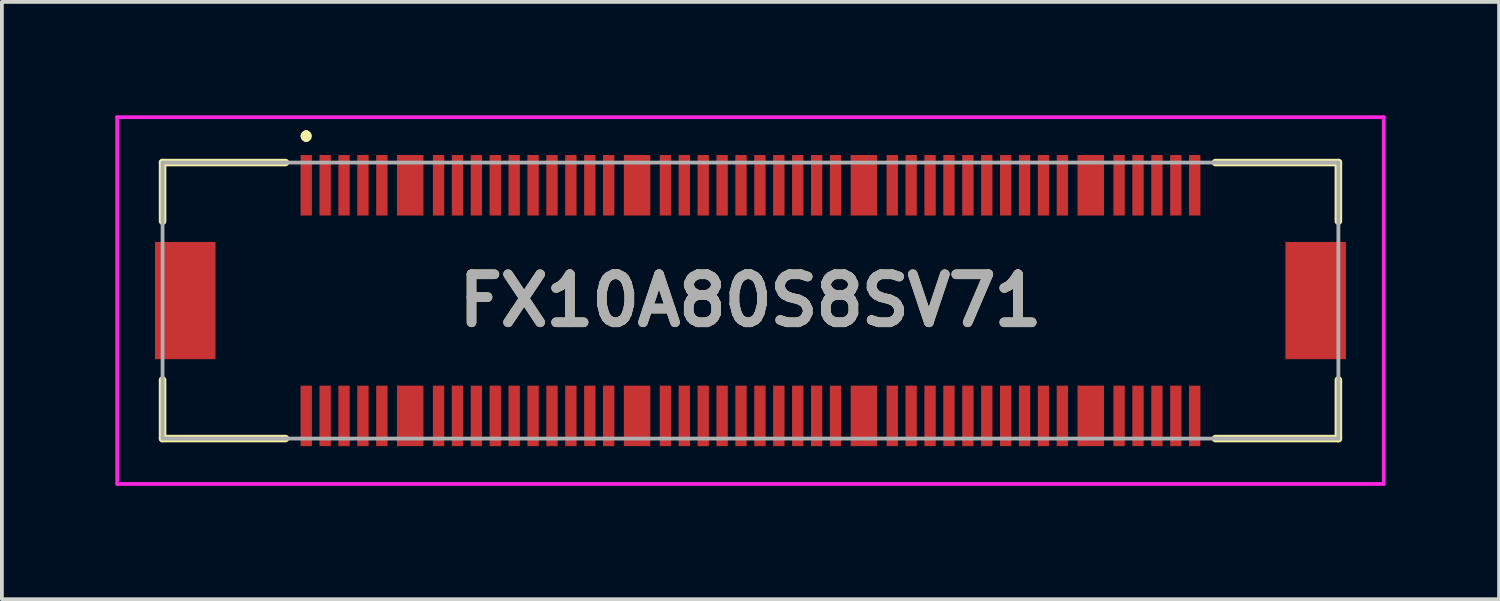
<source format=kicad_pcb>
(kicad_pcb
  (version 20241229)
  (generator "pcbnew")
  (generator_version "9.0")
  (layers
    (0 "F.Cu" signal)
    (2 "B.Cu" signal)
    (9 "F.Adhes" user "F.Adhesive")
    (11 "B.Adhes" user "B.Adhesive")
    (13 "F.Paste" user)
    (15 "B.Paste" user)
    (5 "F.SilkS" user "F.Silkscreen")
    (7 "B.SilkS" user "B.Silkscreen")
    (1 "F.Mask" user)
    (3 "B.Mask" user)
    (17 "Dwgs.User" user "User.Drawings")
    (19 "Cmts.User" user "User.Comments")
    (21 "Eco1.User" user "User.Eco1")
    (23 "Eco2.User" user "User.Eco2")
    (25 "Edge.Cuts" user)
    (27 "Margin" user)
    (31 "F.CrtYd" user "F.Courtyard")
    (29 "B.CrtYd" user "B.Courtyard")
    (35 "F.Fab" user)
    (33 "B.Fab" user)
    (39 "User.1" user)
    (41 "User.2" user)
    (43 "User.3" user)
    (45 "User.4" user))
  (footprint "FX10A80S8SV71"
    (layer "F.Cu")
    (at 16.8 4.9)
    (property "Reference" "FX10A80S8SV71" (at 0 0 0) (layer "F.SilkS") (effects (font (size 1.27 1.27) (thickness 0.254))))
    (attr through_hole)
    (fp_line (start -15.55 -3.65) (end -15.55 -2.1) (stroke (width 0.2) (type solid)) (layer "F.SilkS"))
    (fp_line (start -15.55 2.1) (end -15.55 3.65) (stroke (width 0.2) (type solid)) (layer "F.SilkS"))
    (fp_line (start -15.55 3.65) (end -12.3 3.65) (stroke (width 0.2) (type solid)) (layer "F.SilkS"))
    (fp_line (start -12.3 -3.65) (end -15.55 -3.65) (stroke (width 0.2) (type solid)) (layer "F.SilkS"))
    (fp_line (start -11.75 -4.4) (end -11.75 -4.4) (stroke (width 0.2) (type solid)) (layer "F.SilkS"))
    (fp_line (start -11.75 -4.4) (end -11.75 -4.4) (stroke (width 0.2) (type solid)) (layer "F.SilkS"))
    (fp_line (start -11.75 -4.3) (end -11.75 -4.3) (stroke (width 0.2) (type solid)) (layer "F.SilkS"))
    (fp_line (start 12.3 3.65) (end 15.55 3.65) (stroke (width 0.2) (type solid)) (layer "F.SilkS"))
    (fp_line (start 15.55 -3.65) (end 12.3 -3.65) (stroke (width 0.2) (type solid)) (layer "F.SilkS"))
    (fp_line (start 15.55 -2.1) (end 15.55 -3.65) (stroke (width 0.2) (type solid)) (layer "F.SilkS"))
    (fp_line (start 15.55 3.65) (end 15.55 2.1) (stroke (width 0.2) (type solid)) (layer "F.SilkS"))
    (fp_arc (start -11.75 -4.4) (mid -11.7 -4.35) (end -11.75 -4.3) (stroke (width 0.2) (type solid)) (layer "F.SilkS"))
    (fp_arc (start -11.75 -4.3) (mid -11.8 -4.35) (end -11.75 -4.4) (stroke (width 0.2) (type solid)) (layer "F.SilkS"))
    (fp_arc (start -11.75 -4.3) (mid -11.8 -4.35) (end -11.75 -4.4) (stroke (width 0.2) (type solid)) (layer "F.SilkS"))
    (fp_line (start -16.75 -4.85) (end 16.75 -4.85) (stroke (width 0.1) (type solid)) (layer "F.CrtYd"))
    (fp_line (start -16.75 4.85) (end -16.75 -4.85) (stroke (width 0.1) (type solid)) (layer "F.CrtYd"))
    (fp_line (start 16.75 -4.85) (end 16.75 4.85) (stroke (width 0.1) (type solid)) (layer "F.CrtYd"))
    (fp_line (start 16.75 4.85) (end -16.75 4.85) (stroke (width 0.1) (type solid)) (layer "F.CrtYd"))
    (fp_line (start -15.55 -3.65) (end -15.55 3.65) (stroke (width 0.1) (type solid)) (layer "F.Fab"))
    (fp_line (start -15.55 3.65) (end 15.55 3.65) (stroke (width 0.1) (type solid)) (layer "F.Fab"))
    (fp_line (start 15.55 -3.65) (end -15.55 -3.65) (stroke (width 0.1) (type solid)) (layer "F.Fab"))
    (fp_line (start 15.55 3.65) (end 15.55 -3.65) (stroke (width 0.1) (type solid)) (layer "F.Fab"))
    (fp_text user "${REFERENCE}" (at 0 0 0) (layer "F.Fab") (effects (font (size 1.27 1.27) (thickness 0.254))))
    (pad "" np_thru_hole circle (at -13.2 0) (size 0.001 0.001) (drill 1.1) (layers "*.Cu" "*.Mask"))
    (pad "" np_thru_hole circle (at 13.2 0) (size 0.001 0.001) (drill 1.2) (layers "*.Cu" "*.Mask"))
    (pad "1" smd rect (at -11.75 -3.05) (size 0.3 1.6) (layers "F.Cu" "F.Mask" "F.Paste"))
    (pad "2" smd rect (at -11.75 3.05) (size 0.3 1.6) (layers "F.Cu" "F.Mask" "F.Paste"))
    (pad "3" smd rect (at -11.25 -3.05) (size 0.3 1.6) (layers "F.Cu" "F.Mask" "F.Paste"))
    (pad "4" smd rect (at -11.25 3.05) (size 0.3 1.6) (layers "F.Cu" "F.Mask" "F.Paste"))
    (pad "5" smd rect (at -10.75 -3.05) (size 0.3 1.6) (layers "F.Cu" "F.Mask" "F.Paste"))
    (pad "6" smd rect (at -10.75 3.05) (size 0.3 1.6) (layers "F.Cu" "F.Mask" "F.Paste"))
    (pad "7" smd rect (at -10.25 -3.05) (size 0.3 1.6) (layers "F.Cu" "F.Mask" "F.Paste"))
    (pad "8" smd rect (at -10.25 3.05) (size 0.3 1.6) (layers "F.Cu" "F.Mask" "F.Paste"))
    (pad "9" smd rect (at -9.75 -3.05) (size 0.3 1.6) (layers "F.Cu" "F.Mask" "F.Paste"))
    (pad "10" smd rect (at -9.75 3.05) (size 0.3 1.6) (layers "F.Cu" "F.Mask" "F.Paste"))
    (pad "11" smd rect (at -8.25 -3.05) (size 0.3 1.6) (layers "F.Cu" "F.Mask" "F.Paste"))
    (pad "12" smd rect (at -8.25 3.05) (size 0.3 1.6) (layers "F.Cu" "F.Mask" "F.Paste"))
    (pad "13" smd rect (at -7.75 -3.05) (size 0.3 1.6) (layers "F.Cu" "F.Mask" "F.Paste"))
    (pad "14" smd rect (at -7.75 3.05) (size 0.3 1.6) (layers "F.Cu" "F.Mask" "F.Paste"))
    (pad "15" smd rect (at -7.25 -3.05) (size 0.3 1.6) (layers "F.Cu" "F.Mask" "F.Paste"))
    (pad "16" smd rect (at -7.25 3.05) (size 0.3 1.6) (layers "F.Cu" "F.Mask" "F.Paste"))
    (pad "17" smd rect (at -6.75 -3.05) (size 0.3 1.6) (layers "F.Cu" "F.Mask" "F.Paste"))
    (pad "18" smd rect (at -6.75 3.05) (size 0.3 1.6) (layers "F.Cu" "F.Mask" "F.Paste"))
    (pad "19" smd rect (at -6.25 -3.05) (size 0.3 1.6) (layers "F.Cu" "F.Mask" "F.Paste"))
    (pad "20" smd rect (at -6.25 3.05) (size 0.3 1.6) (layers "F.Cu" "F.Mask" "F.Paste"))
    (pad "21" smd rect (at -5.75 -3.05) (size 0.3 1.6) (layers "F.Cu" "F.Mask" "F.Paste"))
    (pad "22" smd rect (at -5.75 3.05) (size 0.3 1.6) (layers "F.Cu" "F.Mask" "F.Paste"))
    (pad "23" smd rect (at -5.25 -3.05) (size 0.3 1.6) (layers "F.Cu" "F.Mask" "F.Paste"))
    (pad "24" smd rect (at -5.25 3.05) (size 0.3 1.6) (layers "F.Cu" "F.Mask" "F.Paste"))
    (pad "25" smd rect (at -4.75 -3.05) (size 0.3 1.6) (layers "F.Cu" "F.Mask" "F.Paste"))
    (pad "26" smd rect (at -4.75 3.05) (size 0.3 1.6) (layers "F.Cu" "F.Mask" "F.Paste"))
    (pad "27" smd rect (at -4.25 -3.05) (size 0.3 1.6) (layers "F.Cu" "F.Mask" "F.Paste"))
    (pad "28" smd rect (at -4.25 3.05) (size 0.3 1.6) (layers "F.Cu" "F.Mask" "F.Paste"))
    (pad "29" smd rect (at -3.75 -3.05) (size 0.3 1.6) (layers "F.Cu" "F.Mask" "F.Paste"))
    (pad "30" smd rect (at -3.75 3.05) (size 0.3 1.6) (layers "F.Cu" "F.Mask" "F.Paste"))
    (pad "31" smd rect (at -2.25 -3.05) (size 0.3 1.6) (layers "F.Cu" "F.Mask" "F.Paste"))
    (pad "32" smd rect (at -2.25 3.05) (size 0.3 1.6) (layers "F.Cu" "F.Mask" "F.Paste"))
    (pad "33" smd rect (at -1.75 -3.05) (size 0.3 1.6) (layers "F.Cu" "F.Mask" "F.Paste"))
    (pad "34" smd rect (at -1.75 3.05) (size 0.3 1.6) (layers "F.Cu" "F.Mask" "F.Paste"))
    (pad "35" smd rect (at -1.25 -3.05) (size 0.3 1.6) (layers "F.Cu" "F.Mask" "F.Paste"))
    (pad "36" smd rect (at -1.25 3.05) (size 0.3 1.6) (layers "F.Cu" "F.Mask" "F.Paste"))
    (pad "37" smd rect (at -0.75 -3.05) (size 0.3 1.6) (layers "F.Cu" "F.Mask" "F.Paste"))
    (pad "38" smd rect (at -0.75 3.05) (size 0.3 1.6) (layers "F.Cu" "F.Mask" "F.Paste"))
    (pad "39" smd rect (at -0.25 -3.05) (size 0.3 1.6) (layers "F.Cu" "F.Mask" "F.Paste"))
    (pad "40" smd rect (at -0.25 3.05) (size 0.3 1.6) (layers "F.Cu" "F.Mask" "F.Paste"))
    (pad "41" smd rect (at 0.25 -3.05) (size 0.3 1.6) (layers "F.Cu" "F.Mask" "F.Paste"))
    (pad "42" smd rect (at 0.25 3.05) (size 0.3 1.6) (layers "F.Cu" "F.Mask" "F.Paste"))
    (pad "43" smd rect (at 0.75 -3.05) (size 0.3 1.6) (layers "F.Cu" "F.Mask" "F.Paste"))
    (pad "44" smd rect (at 0.75 3.05) (size 0.3 1.6) (layers "F.Cu" "F.Mask" "F.Paste"))
    (pad "45" smd rect (at 1.25 -3.05) (size 0.3 1.6) (layers "F.Cu" "F.Mask" "F.Paste"))
    (pad "46" smd rect (at 1.25 3.05) (size 0.3 1.6) (layers "F.Cu" "F.Mask" "F.Paste"))
    (pad "47" smd rect (at 1.75 -3.05) (size 0.3 1.6) (layers "F.Cu" "F.Mask" "F.Paste"))
    (pad "48" smd rect (at 1.75 3.05) (size 0.3 1.6) (layers "F.Cu" "F.Mask" "F.Paste"))
    (pad "49" smd rect (at 2.25 -3.05) (size 0.3 1.6) (layers "F.Cu" "F.Mask" "F.Paste"))
    (pad "50" smd rect (at 2.25 3.05) (size 0.3 1.6) (layers "F.Cu" "F.Mask" "F.Paste"))
    (pad "51" smd rect (at 3.75 -3.05) (size 0.3 1.6) (layers "F.Cu" "F.Mask" "F.Paste"))
    (pad "52" smd rect (at 3.75 3.05) (size 0.3 1.6) (layers "F.Cu" "F.Mask" "F.Paste"))
    (pad "53" smd rect (at 4.25 -3.05) (size 0.3 1.6) (layers "F.Cu" "F.Mask" "F.Paste"))
    (pad "54" smd rect (at 4.25 3.05) (size 0.3 1.6) (layers "F.Cu" "F.Mask" "F.Paste"))
    (pad "55" smd rect (at 4.75 -3.05) (size 0.3 1.6) (layers "F.Cu" "F.Mask" "F.Paste"))
    (pad "56" smd rect (at 4.75 3.05) (size 0.3 1.6) (layers "F.Cu" "F.Mask" "F.Paste"))
    (pad "57" smd rect (at 5.25 -3.05) (size 0.3 1.6) (layers "F.Cu" "F.Mask" "F.Paste"))
    (pad "58" smd rect (at 5.25 3.05) (size 0.3 1.6) (layers "F.Cu" "F.Mask" "F.Paste"))
    (pad "59" smd rect (at 5.75 -3.05) (size 0.3 1.6) (layers "F.Cu" "F.Mask" "F.Paste"))
    (pad "60" smd rect (at 5.75 3.05) (size 0.3 1.6) (layers "F.Cu" "F.Mask" "F.Paste"))
    (pad "61" smd rect (at 6.25 -3.05) (size 0.3 1.6) (layers "F.Cu" "F.Mask" "F.Paste"))
    (pad "62" smd rect (at 6.25 3.05) (size 0.3 1.6) (layers "F.Cu" "F.Mask" "F.Paste"))
    (pad "63" smd rect (at 6.75 -3.05) (size 0.3 1.6) (layers "F.Cu" "F.Mask" "F.Paste"))
    (pad "64" smd rect (at 6.75 3.05) (size 0.3 1.6) (layers "F.Cu" "F.Mask" "F.Paste"))
    (pad "65" smd rect (at 7.25 -3.05) (size 0.3 1.6) (layers "F.Cu" "F.Mask" "F.Paste"))
    (pad "66" smd rect (at 7.25 3.05) (size 0.3 1.6) (layers "F.Cu" "F.Mask" "F.Paste"))
    (pad "67" smd rect (at 7.75 -3.05) (size 0.3 1.6) (layers "F.Cu" "F.Mask" "F.Paste"))
    (pad "68" smd rect (at 7.75 3.05) (size 0.3 1.6) (layers "F.Cu" "F.Mask" "F.Paste"))
    (pad "69" smd rect (at 8.25 -3.05) (size 0.3 1.6) (layers "F.Cu" "F.Mask" "F.Paste"))
    (pad "70" smd rect (at 8.25 3.05) (size 0.3 1.6) (layers "F.Cu" "F.Mask" "F.Paste"))
    (pad "71" smd rect (at 9.75 -3.05) (size 0.3 1.6) (layers "F.Cu" "F.Mask" "F.Paste"))
    (pad "72" smd rect (at 9.75 3.05) (size 0.3 1.6) (layers "F.Cu" "F.Mask" "F.Paste"))
    (pad "73" smd rect (at 10.25 -3.05) (size 0.3 1.6) (layers "F.Cu" "F.Mask" "F.Paste"))
    (pad "74" smd rect (at 10.25 3.05) (size 0.3 1.6) (layers "F.Cu" "F.Mask" "F.Paste"))
    (pad "75" smd rect (at 10.75 -3.05) (size 0.3 1.6) (layers "F.Cu" "F.Mask" "F.Paste"))
    (pad "76" smd rect (at 10.75 3.05) (size 0.3 1.6) (layers "F.Cu" "F.Mask" "F.Paste"))
    (pad "77" smd rect (at 11.25 -3.05) (size 0.3 1.6) (layers "F.Cu" "F.Mask" "F.Paste"))
    (pad "78" smd rect (at 11.25 3.05) (size 0.3 1.6) (layers "F.Cu" "F.Mask" "F.Paste"))
    (pad "79" smd rect (at 11.75 -3.05) (size 0.3 1.6) (layers "F.Cu" "F.Mask" "F.Paste"))
    (pad "80" smd rect (at 11.75 3.05) (size 0.3 1.6) (layers "F.Cu" "F.Mask" "F.Paste"))
    (pad "G1" smd rect (at -14.95 0) (size 1.6 3.1) (layers "F.Cu" "F.Mask" "F.Paste"))
    (pad "G2" smd rect (at -9 3.05) (size 0.7 1.6) (layers "F.Cu" "F.Mask" "F.Paste"))
    (pad "G3" smd rect (at -3 3.05) (size 0.7 1.6) (layers "F.Cu" "F.Mask" "F.Paste"))
    (pad "G4" smd rect (at 3 3.05) (size 0.7 1.6) (layers "F.Cu" "F.Mask" "F.Paste"))
    (pad "G5" smd rect (at 9 3.05) (size 0.7 1.6) (layers "F.Cu" "F.Mask" "F.Paste"))
    (pad "G6" smd rect (at 14.95 0) (size 1.6 3.1) (layers "F.Cu" "F.Mask" "F.Paste"))
    (pad "G7" smd rect (at 9 -3.05) (size 0.7 1.6) (layers "F.Cu" "F.Mask" "F.Paste"))
    (pad "G8" smd rect (at 3 -3.05) (size 0.7 1.6) (layers "F.Cu" "F.Mask" "F.Paste"))
    (pad "G9" smd rect (at -3 -3.05) (size 0.7 1.6) (layers "F.Cu" "F.Mask" "F.Paste"))
    (pad "G10" smd rect (at -9 -3.05) (size 0.7 1.6) (layers "F.Cu" "F.Mask" "F.Paste")))
  (gr_rect
    (start -3 -3)
    (end 36.6 12.8)
    (stroke (width 0.1) (type default))
    (fill no)
    (layer "Edge.Cuts")))
</source>
